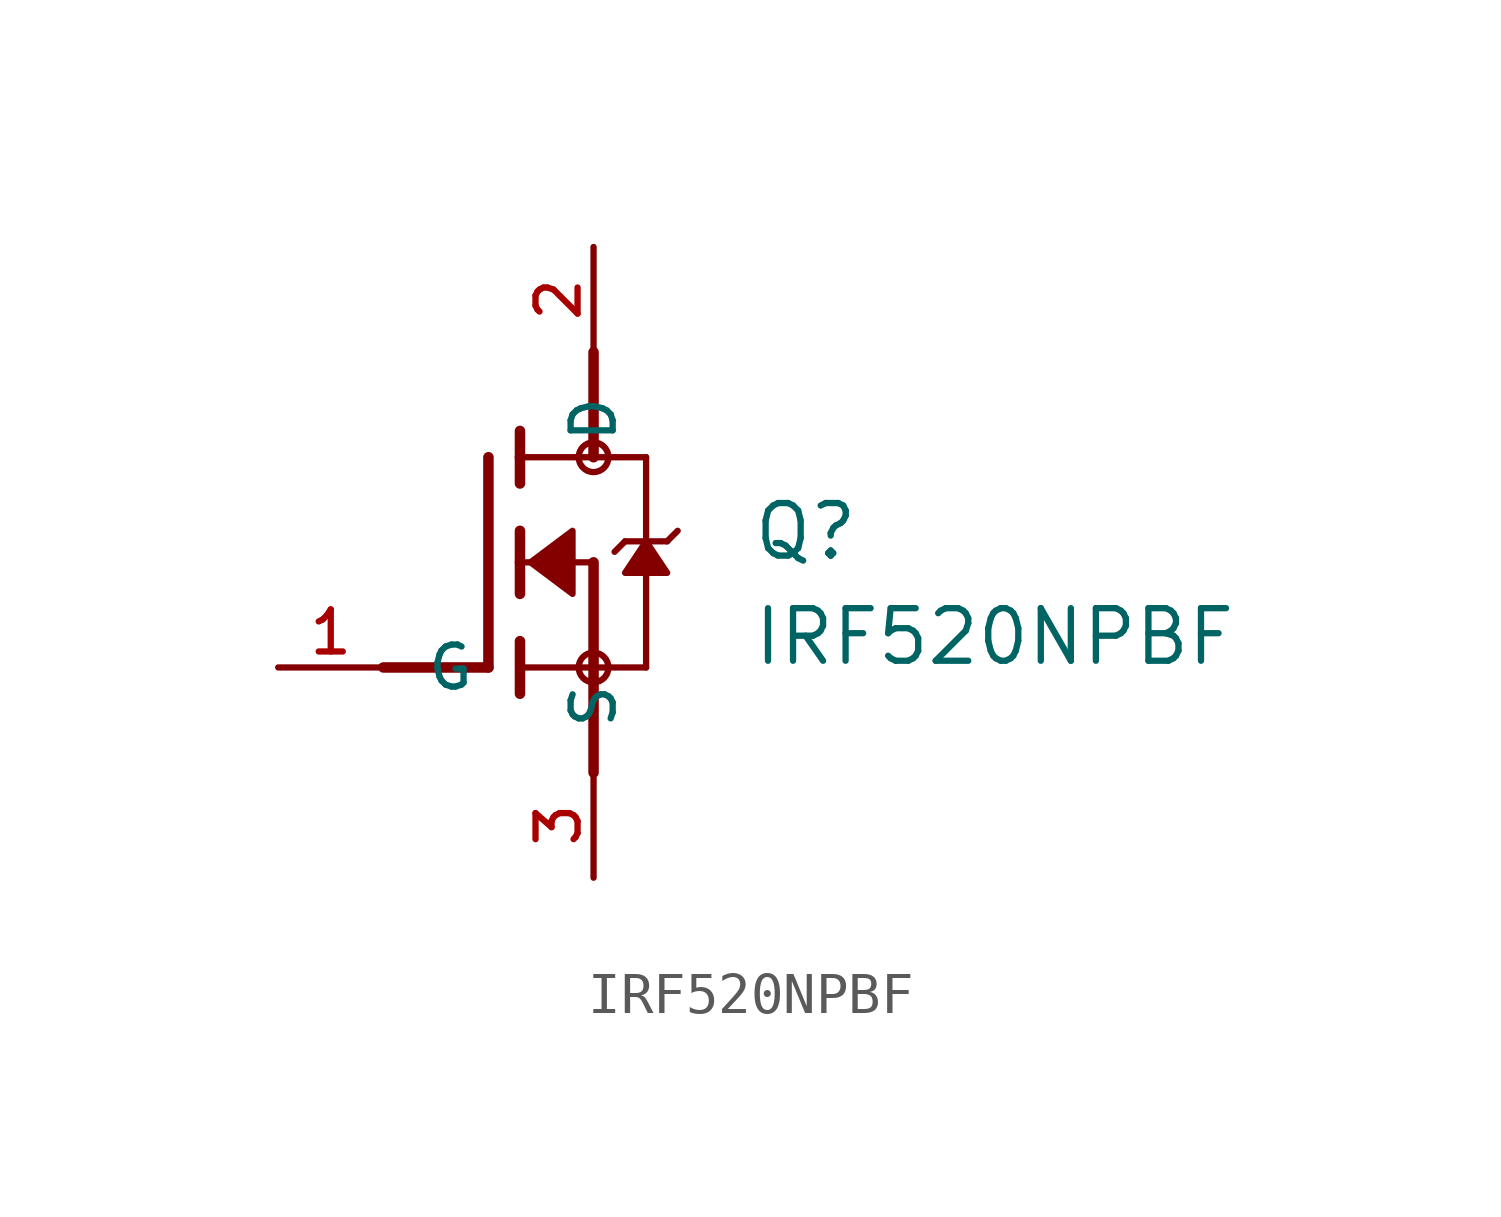
<source format=kicad_sym>
(kicad_symbol_lib
  (version 20211014)
  (generator kicad_symbol_editor)
  (symbol "IRF520NPBF"
    (pin_names
      (offset 1.016))
    (property "Reference" "Q"
      (at 6.356 0.0 0)
      (effects (font (size 1.27 1.27)) (justify bottom left)))
    (property "Value" "IRF520NPBF"
      (at 6.353 -2.541 0)
      (effects (font (size 1.27 1.27)) (justify bottom left)))
    (symbol "IRF520NPBF_0_0"
      (polyline (pts (xy 0.762 0.762) (xy 0.762 0.0)) (stroke (width 0.254)))
      (polyline (pts (xy 0.762 0.0) (xy 0.762 -0.762)) (stroke (width 0.254)))
      (polyline (pts (xy 0.762 3.175) (xy 0.762 2.54)) (stroke (width 0.254)))
      (polyline (pts (xy 0.762 2.54) (xy 0.762 1.905)) (stroke (width 0.254)))
      (polyline (pts (xy 0.762 0.0) (xy 2.54 0.0)) (stroke (width 0.152)))
      (polyline (pts (xy 0.762 -1.905) (xy 0.762 -3.175)) (stroke (width 0.254)))
      (polyline (pts (xy 0.0 2.54) (xy 0.0 -2.54)) (stroke (width 0.254)))
      (polyline (pts (xy 3.81 -2.54) (xy 0.762 -2.54)) (stroke (width 0.152)))
      (polyline (pts (xy 3.81 2.54) (xy 3.81 0.508)) (stroke (width 0.152)))
      (polyline (pts (xy 3.81 0.508) (xy 3.81 -2.54)) (stroke (width 0.152)))
      (polyline (pts (xy 0.762 2.54) (xy 2.54 2.54)) (stroke (width 0.152)))
      (polyline (pts (xy 2.54 2.54) (xy 3.81 2.54)) (stroke (width 0.152)))
      (polyline (pts (xy 4.572 0.762) (xy 4.318 0.508)) (stroke (width 0.152)))
      (polyline (pts (xy 4.318 0.508) (xy 3.81 0.508)) (stroke (width 0.152)))
      (polyline (pts (xy 3.81 0.508) (xy 3.302 0.508)) (stroke (width 0.152)))
      (polyline (pts (xy 3.302 0.508) (xy 3.048 0.254)) (stroke (width 0.152)))
      (circle (center 2.54 -2.54) (radius 0.359) (stroke (width 0.0)) (fill (type none)))
      (circle (center 2.54 2.54) (radius 0.359) (stroke (width 0.0)) (fill (type none)))
      (polyline (pts (xy 3.81 0.508) (xy 3.302 -0.254) (xy 4.318 -0.254) (xy 3.81 0.508)) (stroke (width 0.152)) (fill (type outline)))
      (polyline (pts (xy 1.016 0.0) (xy 2.032 0.762) (xy 2.032 -0.762) (xy 1.016 0.0)) (stroke (width 0.152)) (fill (type outline)))
      (polyline (pts (xy -2.54 -2.54) (xy 0.0 -2.54)) (stroke (width 0.254)))
      (polyline (pts (xy 2.54 5.08) (xy 2.54 2.54)) (stroke (width 0.254)))
      (polyline (pts (xy 2.54 0.0) (xy 2.54 -5.08)) (stroke (width 0.254)))
      (pin passive line (at 2.54 -7.62 90.0) (length 2.54) (name "S" (effects (font (size 1.016 1.016)))) (number "3" (effects (font (size 1.016 1.016)))))
      (pin passive line (at -5.08 -2.54 0) (length 2.54) (name "G" (effects (font (size 1.016 1.016)))) (number "1" (effects (font (size 1.016 1.016)))))
      (pin passive line (at 2.54 7.62 270.0) (length 2.54) (name "D" (effects (font (size 1.016 1.016)))) (number "2" (effects (font (size 1.016 1.016))))))))
</source>
